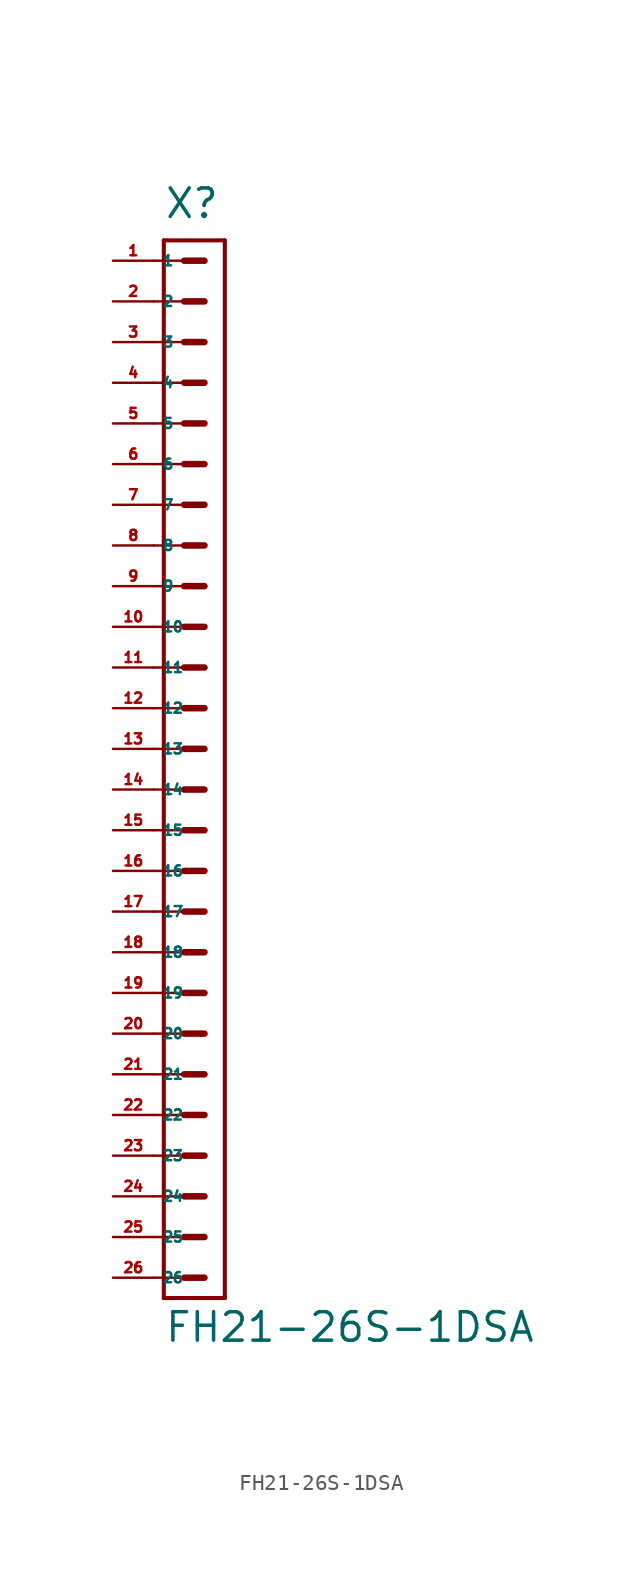
<source format=kicad_sym>
(kicad_symbol_lib
  (version 20220914)
  (generator Eagle2Kicad)
  (symbol "FH21-26S-1DSA"
    (property "Reference" "X"
      (at -1.905 33.02 0)
      (effects (font (size 1.778 1.778) (thickness 0.22)) (justify left bottom)))
    (property "Value" "FH21-26S-1DSA"
      (at -1.905 -37.148 0)
      (effects (font (size 1.778 1.778) (thickness 0.22)) (justify left bottom)))
    (polyline
      (pts (xy 1.905 31.75) (xy -1.905 31.75))
      (stroke (width 0.254) (type default))
      (fill (type none)))
    (polyline
      (pts (xy -1.905 -34.29) (xy -1.905 31.75))
      (stroke (width 0.254) (type default))
      (fill (type none)))
    (polyline
      (pts (xy -1.905 -34.29) (xy 1.905 -34.29))
      (stroke (width 0.254) (type default))
      (fill (type none)))
    (polyline
      (pts (xy 1.905 31.75) (xy 1.905 -34.29))
      (stroke (width 0.254) (type default))
      (fill (type none)))
    (polyline
      (pts (xy -2.54 30.48) (xy -0.635 30.48))
      (stroke (width 0.152) (type default))
      (fill (type none)))
    (polyline
      (pts (xy -2.54 27.94) (xy -0.635 27.94))
      (stroke (width 0.152) (type default))
      (fill (type none)))
    (polyline
      (pts (xy -2.54 25.4) (xy -0.635 25.4))
      (stroke (width 0.152) (type default))
      (fill (type none)))
    (polyline
      (pts (xy -2.54 22.86) (xy -0.635 22.86))
      (stroke (width 0.152) (type default))
      (fill (type none)))
    (polyline
      (pts (xy -2.54 20.32) (xy -0.635 20.32))
      (stroke (width 0.152) (type default))
      (fill (type none)))
    (polyline
      (pts (xy -2.54 17.78) (xy -0.635 17.78))
      (stroke (width 0.152) (type default))
      (fill (type none)))
    (polyline
      (pts (xy -0.635 30.48) (xy 0.635 30.48))
      (stroke (width 0.406) (type default))
      (fill (type none)))
    (polyline
      (pts (xy -0.635 27.94) (xy 0.635 27.94))
      (stroke (width 0.406) (type default))
      (fill (type none)))
    (polyline
      (pts (xy -0.635 25.4) (xy 0.635 25.4))
      (stroke (width 0.406) (type default))
      (fill (type none)))
    (polyline
      (pts (xy -0.635 22.86) (xy 0.635 22.86))
      (stroke (width 0.406) (type default))
      (fill (type none)))
    (polyline
      (pts (xy -0.635 20.32) (xy 0.635 20.32))
      (stroke (width 0.406) (type default))
      (fill (type none)))
    (polyline
      (pts (xy -0.635 17.78) (xy 0.635 17.78))
      (stroke (width 0.406) (type default))
      (fill (type none)))
    (polyline
      (pts (xy -2.54 15.24) (xy -0.635 15.24))
      (stroke (width 0.152) (type default))
      (fill (type none)))
    (polyline
      (pts (xy -2.54 12.7) (xy -0.635 12.7))
      (stroke (width 0.152) (type default))
      (fill (type none)))
    (polyline
      (pts (xy -0.635 15.24) (xy 0.635 15.24))
      (stroke (width 0.406) (type default))
      (fill (type none)))
    (polyline
      (pts (xy -0.635 12.7) (xy 0.635 12.7))
      (stroke (width 0.406) (type default))
      (fill (type none)))
    (polyline
      (pts (xy -2.54 10.16) (xy -0.635 10.16))
      (stroke (width 0.152) (type default))
      (fill (type none)))
    (polyline
      (pts (xy -2.54 7.62) (xy -0.635 7.62))
      (stroke (width 0.152) (type default))
      (fill (type none)))
    (polyline
      (pts (xy -0.635 10.16) (xy 0.635 10.16))
      (stroke (width 0.406) (type default))
      (fill (type none)))
    (polyline
      (pts (xy -0.635 7.62) (xy 0.635 7.62))
      (stroke (width 0.406) (type default))
      (fill (type none)))
    (polyline
      (pts (xy -2.54 5.08) (xy -0.635 5.08))
      (stroke (width 0.152) (type default))
      (fill (type none)))
    (polyline
      (pts (xy -2.54 2.54) (xy -0.635 2.54))
      (stroke (width 0.152) (type default))
      (fill (type none)))
    (polyline
      (pts (xy -0.635 5.08) (xy 0.635 5.08))
      (stroke (width 0.406) (type default))
      (fill (type none)))
    (polyline
      (pts (xy -0.635 2.54) (xy 0.635 2.54))
      (stroke (width 0.406) (type default))
      (fill (type none)))
    (polyline
      (pts (xy -2.54 0) (xy -0.635 0))
      (stroke (width 0.152) (type default))
      (fill (type none)))
    (polyline
      (pts (xy -2.54 -2.54) (xy -0.635 -2.54))
      (stroke (width 0.152) (type default))
      (fill (type none)))
    (polyline
      (pts (xy -0.635 0) (xy 0.635 0))
      (stroke (width 0.406) (type default))
      (fill (type none)))
    (polyline
      (pts (xy -0.635 -2.54) (xy 0.635 -2.54))
      (stroke (width 0.406) (type default))
      (fill (type none)))
    (polyline
      (pts (xy -2.54 -5.08) (xy -0.635 -5.08))
      (stroke (width 0.152) (type default))
      (fill (type none)))
    (polyline
      (pts (xy -2.54 -7.62) (xy -0.635 -7.62))
      (stroke (width 0.152) (type default))
      (fill (type none)))
    (polyline
      (pts (xy -0.635 -5.08) (xy 0.635 -5.08))
      (stroke (width 0.406) (type default))
      (fill (type none)))
    (polyline
      (pts (xy -0.635 -7.62) (xy 0.635 -7.62))
      (stroke (width 0.406) (type default))
      (fill (type none)))
    (polyline
      (pts (xy -2.54 -10.16) (xy -0.635 -10.16))
      (stroke (width 0.152) (type default))
      (fill (type none)))
    (polyline
      (pts (xy -2.54 -12.7) (xy -0.635 -12.7))
      (stroke (width 0.152) (type default))
      (fill (type none)))
    (polyline
      (pts (xy -0.635 -10.16) (xy 0.635 -10.16))
      (stroke (width 0.406) (type default))
      (fill (type none)))
    (polyline
      (pts (xy -0.635 -12.7) (xy 0.635 -12.7))
      (stroke (width 0.406) (type default))
      (fill (type none)))
    (polyline
      (pts (xy -2.54 -15.24) (xy -0.635 -15.24))
      (stroke (width 0.152) (type default))
      (fill (type none)))
    (polyline
      (pts (xy -2.54 -17.78) (xy -0.635 -17.78))
      (stroke (width 0.152) (type default))
      (fill (type none)))
    (polyline
      (pts (xy -0.635 -15.24) (xy 0.635 -15.24))
      (stroke (width 0.406) (type default))
      (fill (type none)))
    (polyline
      (pts (xy -0.635 -17.78) (xy 0.635 -17.78))
      (stroke (width 0.406) (type default))
      (fill (type none)))
    (polyline
      (pts (xy -0.635 -20.32) (xy 0.635 -20.32))
      (stroke (width 0.406) (type default))
      (fill (type none)))
    (polyline
      (pts (xy -0.635 -22.86) (xy 0.635 -22.86))
      (stroke (width 0.406) (type default))
      (fill (type none)))
    (polyline
      (pts (xy -2.54 -20.32) (xy -0.635 -20.32))
      (stroke (width 0.152) (type default))
      (fill (type none)))
    (polyline
      (pts (xy -2.54 -22.86) (xy -0.635 -22.86))
      (stroke (width 0.152) (type default))
      (fill (type none)))
    (polyline
      (pts (xy -2.54 -25.4) (xy -0.635 -25.4))
      (stroke (width 0.152) (type default))
      (fill (type none)))
    (polyline
      (pts (xy -2.54 -27.94) (xy -0.635 -27.94))
      (stroke (width 0.152) (type default))
      (fill (type none)))
    (polyline
      (pts (xy -0.635 -25.4) (xy 0.635 -25.4))
      (stroke (width 0.406) (type default))
      (fill (type none)))
    (polyline
      (pts (xy -0.635 -27.94) (xy 0.635 -27.94))
      (stroke (width 0.406) (type default))
      (fill (type none)))
    (polyline
      (pts (xy -2.54 -30.48) (xy -0.635 -30.48))
      (stroke (width 0.152) (type default))
      (fill (type none)))
    (polyline
      (pts (xy -2.54 -33.02) (xy -0.635 -33.02))
      (stroke (width 0.152) (type default))
      (fill (type none)))
    (polyline
      (pts (xy -0.635 -30.48) (xy 0.635 -30.48))
      (stroke (width 0.406) (type default))
      (fill (type none)))
    (polyline
      (pts (xy -0.635 -33.02) (xy 0.635 -33.02))
      (stroke (width 0.406) (type default))
      (fill (type none)))
    (pin passive line
      (at -5.08 30.48 0)
      (length 2.54)
      (name "1" (effects (font (size 0.635 0.635) (thickness 0.08)) (justify left bottom)))
      (number "1" (effects (font (size 0.635 0.635) (thickness 0.08)) (justify left bottom))))
    (pin passive line
      (at -5.08 27.94 0)
      (length 2.54)
      (name "2" (effects (font (size 0.635 0.635) (thickness 0.08)) (justify left bottom)))
      (number "2" (effects (font (size 0.635 0.635) (thickness 0.08)) (justify left bottom))))
    (pin passive line
      (at -5.08 25.4 0)
      (length 2.54)
      (name "3" (effects (font (size 0.635 0.635) (thickness 0.08)) (justify left bottom)))
      (number "3" (effects (font (size 0.635 0.635) (thickness 0.08)) (justify left bottom))))
    (pin passive line
      (at -5.08 22.86 0)
      (length 2.54)
      (name "4" (effects (font (size 0.635 0.635) (thickness 0.08)) (justify left bottom)))
      (number "4" (effects (font (size 0.635 0.635) (thickness 0.08)) (justify left bottom))))
    (pin passive line
      (at -5.08 20.32 0)
      (length 2.54)
      (name "5" (effects (font (size 0.635 0.635) (thickness 0.08)) (justify left bottom)))
      (number "5" (effects (font (size 0.635 0.635) (thickness 0.08)) (justify left bottom))))
    (pin passive line
      (at -5.08 17.78 0)
      (length 2.54)
      (name "6" (effects (font (size 0.635 0.635) (thickness 0.08)) (justify left bottom)))
      (number "6" (effects (font (size 0.635 0.635) (thickness 0.08)) (justify left bottom))))
    (pin passive line
      (at -5.08 15.24 0)
      (length 2.54)
      (name "7" (effects (font (size 0.635 0.635) (thickness 0.08)) (justify left bottom)))
      (number "7" (effects (font (size 0.635 0.635) (thickness 0.08)) (justify left bottom))))
    (pin passive line
      (at -5.08 12.7 0)
      (length 2.54)
      (name "8" (effects (font (size 0.635 0.635) (thickness 0.08)) (justify left bottom)))
      (number "8" (effects (font (size 0.635 0.635) (thickness 0.08)) (justify left bottom))))
    (pin passive line
      (at -5.08 10.16 0)
      (length 2.54)
      (name "9" (effects (font (size 0.635 0.635) (thickness 0.08)) (justify left bottom)))
      (number "9" (effects (font (size 0.635 0.635) (thickness 0.08)) (justify left bottom))))
    (pin passive line
      (at -5.08 7.62 0)
      (length 2.54)
      (name "10" (effects (font (size 0.635 0.635) (thickness 0.08)) (justify left bottom)))
      (number "10" (effects (font (size 0.635 0.635) (thickness 0.08)) (justify left bottom))))
    (pin passive line
      (at -5.08 5.08 0)
      (length 2.54)
      (name "11" (effects (font (size 0.635 0.635) (thickness 0.08)) (justify left bottom)))
      (number "11" (effects (font (size 0.635 0.635) (thickness 0.08)) (justify left bottom))))
    (pin passive line
      (at -5.08 2.54 0)
      (length 2.54)
      (name "12" (effects (font (size 0.635 0.635) (thickness 0.08)) (justify left bottom)))
      (number "12" (effects (font (size 0.635 0.635) (thickness 0.08)) (justify left bottom))))
    (pin passive line
      (at -5.08 0 0)
      (length 2.54)
      (name "13" (effects (font (size 0.635 0.635) (thickness 0.08)) (justify left bottom)))
      (number "13" (effects (font (size 0.635 0.635) (thickness 0.08)) (justify left bottom))))
    (pin passive line
      (at -5.08 -2.54 0)
      (length 2.54)
      (name "14" (effects (font (size 0.635 0.635) (thickness 0.08)) (justify left bottom)))
      (number "14" (effects (font (size 0.635 0.635) (thickness 0.08)) (justify left bottom))))
    (pin passive line
      (at -5.08 -5.08 0)
      (length 2.54)
      (name "15" (effects (font (size 0.635 0.635) (thickness 0.08)) (justify left bottom)))
      (number "15" (effects (font (size 0.635 0.635) (thickness 0.08)) (justify left bottom))))
    (pin passive line
      (at -5.08 -7.62 0)
      (length 2.54)
      (name "16" (effects (font (size 0.635 0.635) (thickness 0.08)) (justify left bottom)))
      (number "16" (effects (font (size 0.635 0.635) (thickness 0.08)) (justify left bottom))))
    (pin passive line
      (at -5.08 -10.16 0)
      (length 2.54)
      (name "17" (effects (font (size 0.635 0.635) (thickness 0.08)) (justify left bottom)))
      (number "17" (effects (font (size 0.635 0.635) (thickness 0.08)) (justify left bottom))))
    (pin passive line
      (at -5.08 -12.7 0)
      (length 2.54)
      (name "18" (effects (font (size 0.635 0.635) (thickness 0.08)) (justify left bottom)))
      (number "18" (effects (font (size 0.635 0.635) (thickness 0.08)) (justify left bottom))))
    (pin passive line
      (at -5.08 -15.24 0)
      (length 2.54)
      (name "19" (effects (font (size 0.635 0.635) (thickness 0.08)) (justify left bottom)))
      (number "19" (effects (font (size 0.635 0.635) (thickness 0.08)) (justify left bottom))))
    (pin passive line
      (at -5.08 -17.78 0)
      (length 2.54)
      (name "20" (effects (font (size 0.635 0.635) (thickness 0.08)) (justify left bottom)))
      (number "20" (effects (font (size 0.635 0.635) (thickness 0.08)) (justify left bottom))))
    (pin passive line
      (at -5.08 -20.32 0)
      (length 2.54)
      (name "21" (effects (font (size 0.635 0.635) (thickness 0.08)) (justify left bottom)))
      (number "21" (effects (font (size 0.635 0.635) (thickness 0.08)) (justify left bottom))))
    (pin passive line
      (at -5.08 -22.86 0)
      (length 2.54)
      (name "22" (effects (font (size 0.635 0.635) (thickness 0.08)) (justify left bottom)))
      (number "22" (effects (font (size 0.635 0.635) (thickness 0.08)) (justify left bottom))))
    (pin passive line
      (at -5.08 -25.4 0)
      (length 2.54)
      (name "23" (effects (font (size 0.635 0.635) (thickness 0.08)) (justify left bottom)))
      (number "23" (effects (font (size 0.635 0.635) (thickness 0.08)) (justify left bottom))))
    (pin passive line
      (at -5.08 -27.94 0)
      (length 2.54)
      (name "24" (effects (font (size 0.635 0.635) (thickness 0.08)) (justify left bottom)))
      (number "24" (effects (font (size 0.635 0.635) (thickness 0.08)) (justify left bottom))))
    (pin passive line
      (at -5.08 -30.48 0)
      (length 2.54)
      (name "25" (effects (font (size 0.635 0.635) (thickness 0.08)) (justify left bottom)))
      (number "25" (effects (font (size 0.635 0.635) (thickness 0.08)) (justify left bottom))))
    (pin passive line
      (at -5.08 -33.02 0)
      (length 2.54)
      (name "26" (effects (font (size 0.635 0.635) (thickness 0.08)) (justify left bottom)))
      (number "26" (effects (font (size 0.635 0.635) (thickness 0.08)) (justify left bottom))))))
</source>
